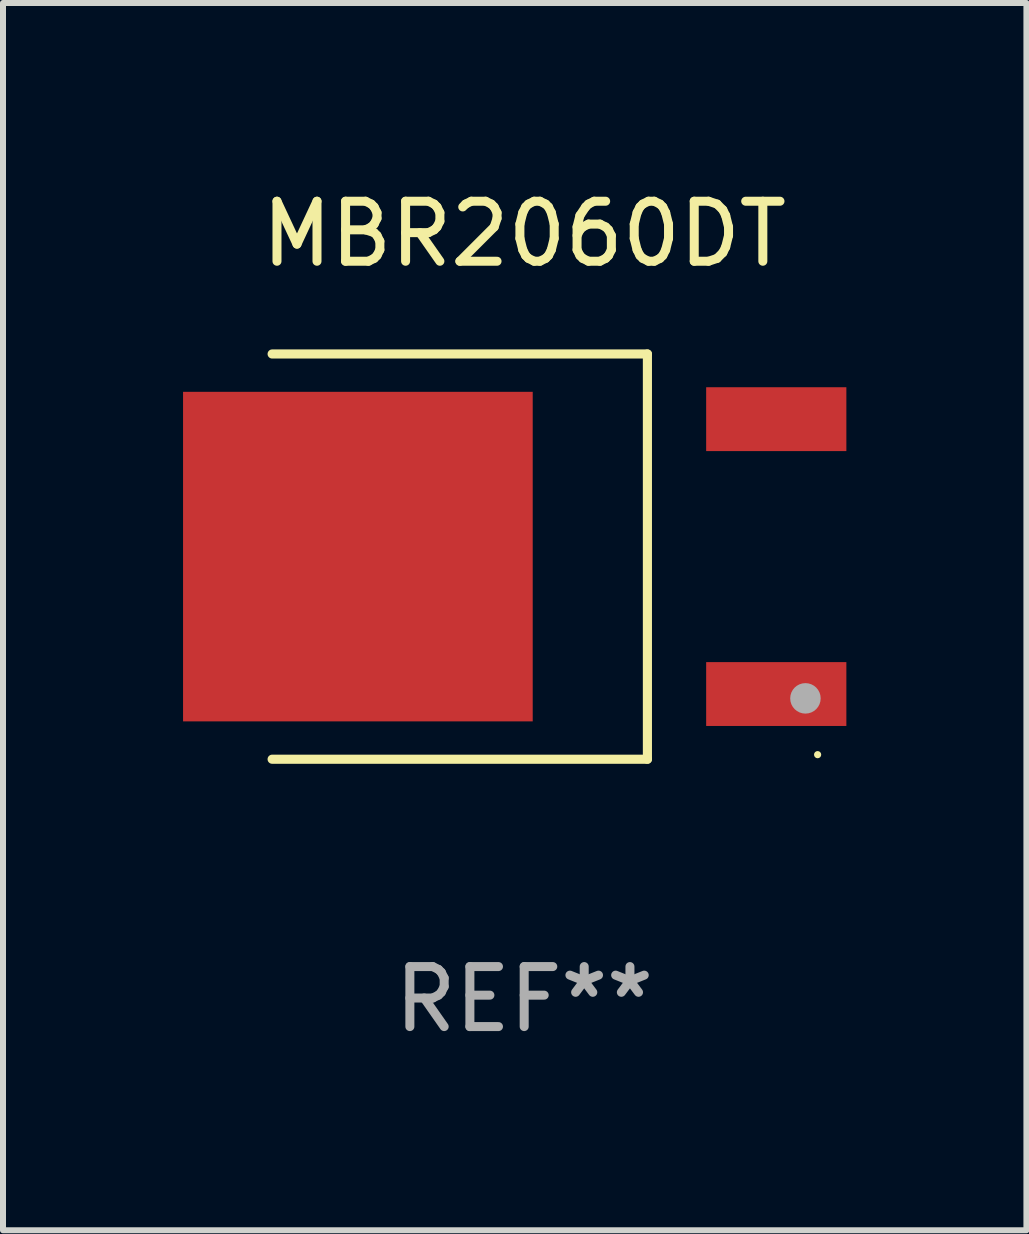
<source format=kicad_pcb>
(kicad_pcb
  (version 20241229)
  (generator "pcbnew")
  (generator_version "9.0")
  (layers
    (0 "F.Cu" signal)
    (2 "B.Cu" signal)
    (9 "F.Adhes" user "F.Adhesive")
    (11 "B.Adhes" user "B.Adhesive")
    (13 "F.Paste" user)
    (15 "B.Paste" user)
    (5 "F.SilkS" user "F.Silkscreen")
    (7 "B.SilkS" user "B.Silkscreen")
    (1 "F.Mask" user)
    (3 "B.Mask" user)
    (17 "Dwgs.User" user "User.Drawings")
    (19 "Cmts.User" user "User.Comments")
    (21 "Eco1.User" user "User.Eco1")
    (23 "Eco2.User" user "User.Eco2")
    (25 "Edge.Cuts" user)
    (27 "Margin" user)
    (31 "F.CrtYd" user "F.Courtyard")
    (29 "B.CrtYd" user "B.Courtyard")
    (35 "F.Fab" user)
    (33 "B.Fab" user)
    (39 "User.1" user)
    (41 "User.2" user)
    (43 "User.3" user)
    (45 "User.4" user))
  (footprint "MBR2060DT"
    (layer "F.Cu")
    (at 5.684 6.224)
    (property "Reference" "MBR2060DT" (at 0 -5.376 0) (layer "F.SilkS") (effects (font (size 1 1) (thickness 0.15))))
    (attr through_hole)
    (fp_line (start -4.2 -3.376) (end 2.053 -3.376) (stroke (width 0.152) (type solid)) (layer "F.SilkS"))
    (fp_line (start -4.2 3.376) (end 2.053 3.376) (stroke (width 0.152) (type solid)) (layer "F.SilkS"))
    (fp_line (start 2.053 3.376) (end 2.053 -3.376) (stroke (width 0.152) (type solid)) (layer "F.SilkS"))
    (fp_circle (center 4.889 3.3) (end 4.919 3.3) (stroke (width 0.06) (type solid)) (fill no) (layer "F.SilkS"))
    (fp_circle (center 4.686 2.362) (end 4.813 2.362) (stroke (width 0.254) (type solid)) (fill no) (layer "F.Fab"))
    (fp_text user "REF**" (at 0 7.376 0) (layer "F.Fab") (effects (font (size 1 1) (thickness 0.15))))
    (pad "1" smd rect (at 4.2 2.29) (size 2.336 1.064) (layers "F.Cu" "F.Mask" "F.Paste"))
    (pad "3" smd rect (at 4.2 -2.29) (size 2.336 1.064) (layers "F.Cu" "F.Mask" "F.Paste"))
    (pad "4" smd rect (at -2.771 0) (size 5.826 5.491) (layers "F.Cu" "F.Mask" "F.Paste")))
  (gr_rect
    (start -3 -3)
    (end 14.052 17.449)
    (stroke (width 0.1) (type default))
    (fill no)
    (layer "Edge.Cuts")))
</source>
